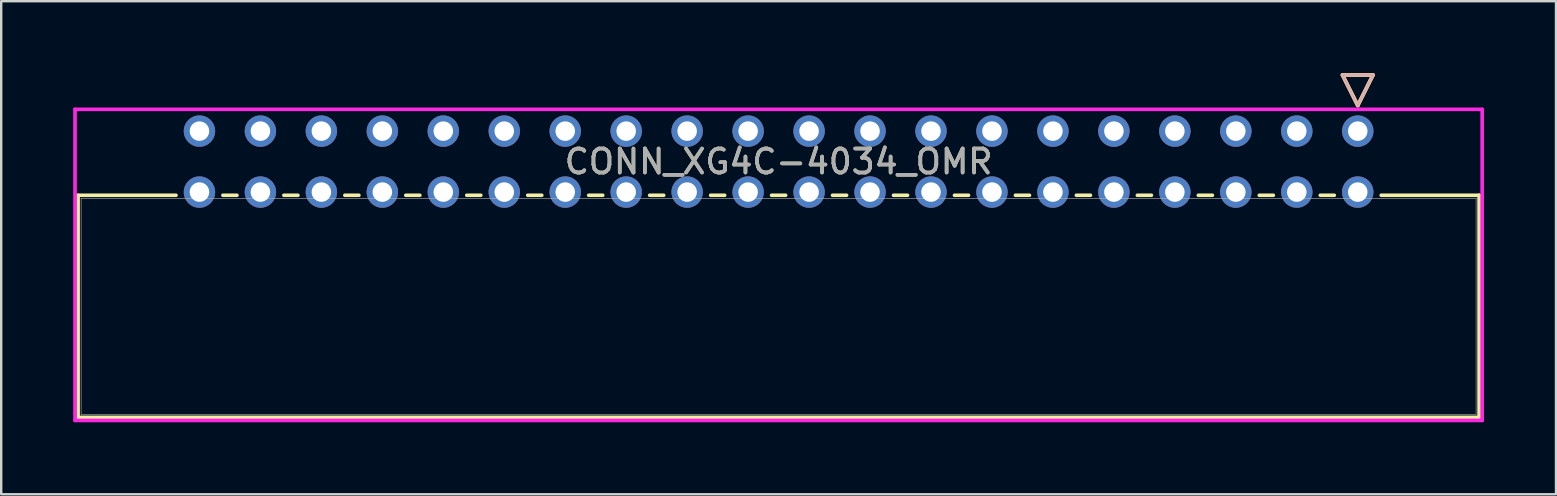
<source format=kicad_pcb>
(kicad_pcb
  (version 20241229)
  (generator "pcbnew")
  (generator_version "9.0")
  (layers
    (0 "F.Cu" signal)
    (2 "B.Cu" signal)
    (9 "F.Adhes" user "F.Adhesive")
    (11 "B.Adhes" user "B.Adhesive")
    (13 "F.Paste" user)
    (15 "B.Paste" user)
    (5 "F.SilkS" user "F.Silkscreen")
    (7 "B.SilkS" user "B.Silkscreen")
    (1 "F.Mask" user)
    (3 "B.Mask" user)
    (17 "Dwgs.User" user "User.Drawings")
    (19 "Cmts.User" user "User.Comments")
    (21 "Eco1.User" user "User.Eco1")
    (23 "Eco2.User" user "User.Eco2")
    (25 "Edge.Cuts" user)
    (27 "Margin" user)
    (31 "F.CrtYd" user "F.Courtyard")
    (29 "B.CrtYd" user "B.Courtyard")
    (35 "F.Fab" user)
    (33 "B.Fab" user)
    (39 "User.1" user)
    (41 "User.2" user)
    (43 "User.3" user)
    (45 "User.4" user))
  (footprint "CONN_XG4C-4034_OMR"
    (layer "F.Cu")
    (at 53.52 2.413)
    (property "Reference" "CONN_XG4C-4034_OMR" (at -24.13 1.27 0) (unlocked yes) (layer "F.SilkS") (effects (font (size 1 1) (thickness 0.15))))
    (attr through_hole)
    (fp_line (start -53.317 2.673) (end -53.317 11.927) (stroke (width 0.152) (type solid)) (layer "F.SilkS"))
    (fp_line (start -53.317 11.927) (end 5.057 11.927) (stroke (width 0.152) (type solid)) (layer "F.SilkS"))
    (fp_line (start -49.238 2.673) (end -53.317 2.673) (stroke (width 0.152) (type solid)) (layer "F.SilkS"))
    (fp_line (start -46.698 2.673) (end -47.282 2.673) (stroke (width 0.152) (type solid)) (layer "F.SilkS"))
    (fp_line (start -44.158 2.673) (end -44.742 2.673) (stroke (width 0.152) (type solid)) (layer "F.SilkS"))
    (fp_line (start -41.618 2.673) (end -42.202 2.673) (stroke (width 0.152) (type solid)) (layer "F.SilkS"))
    (fp_line (start -39.078 2.673) (end -39.662 2.673) (stroke (width 0.152) (type solid)) (layer "F.SilkS"))
    (fp_line (start -36.538 2.673) (end -37.122 2.673) (stroke (width 0.152) (type solid)) (layer "F.SilkS"))
    (fp_line (start -33.998 2.673) (end -34.582 2.673) (stroke (width 0.152) (type solid)) (layer "F.SilkS"))
    (fp_line (start -31.458 2.673) (end -32.042 2.673) (stroke (width 0.152) (type solid)) (layer "F.SilkS"))
    (fp_line (start -28.918 2.673) (end -29.502 2.673) (stroke (width 0.152) (type solid)) (layer "F.SilkS"))
    (fp_line (start -26.378 2.673) (end -26.962 2.673) (stroke (width 0.152) (type solid)) (layer "F.SilkS"))
    (fp_line (start -23.838 2.673) (end -24.422 2.673) (stroke (width 0.152) (type solid)) (layer "F.SilkS"))
    (fp_line (start -21.298 2.673) (end -21.882 2.673) (stroke (width 0.152) (type solid)) (layer "F.SilkS"))
    (fp_line (start -18.758 2.673) (end -19.342 2.673) (stroke (width 0.152) (type solid)) (layer "F.SilkS"))
    (fp_line (start -16.218 2.673) (end -16.802 2.673) (stroke (width 0.152) (type solid)) (layer "F.SilkS"))
    (fp_line (start -13.678 2.673) (end -14.262 2.673) (stroke (width 0.152) (type solid)) (layer "F.SilkS"))
    (fp_line (start -11.138 2.673) (end -11.722 2.673) (stroke (width 0.152) (type solid)) (layer "F.SilkS"))
    (fp_line (start -8.598 2.673) (end -9.182 2.673) (stroke (width 0.152) (type solid)) (layer "F.SilkS"))
    (fp_line (start -6.058 2.673) (end -6.642 2.673) (stroke (width 0.152) (type solid)) (layer "F.SilkS"))
    (fp_line (start -3.518 2.673) (end -4.102 2.673) (stroke (width 0.152) (type solid)) (layer "F.SilkS"))
    (fp_line (start -0.978 2.673) (end -1.562 2.673) (stroke (width 0.152) (type solid)) (layer "F.SilkS"))
    (fp_line (start -0.635 -2.337) (end 0 -1.067) (stroke (width 0.152) (type solid)) (layer "F.SilkS"))
    (fp_line (start -0.635 -2.337) (end 0.635 -2.337) (stroke (width 0.152) (type solid)) (layer "F.SilkS"))
    (fp_line (start 0.635 -2.337) (end 0 -1.067) (stroke (width 0.152) (type solid)) (layer "F.SilkS"))
    (fp_line (start 5.057 2.673) (end 0.978 2.673) (stroke (width 0.152) (type solid)) (layer "F.SilkS"))
    (fp_line (start 5.057 11.927) (end 5.057 2.673) (stroke (width 0.152) (type solid)) (layer "F.SilkS"))
    (fp_line (start -0.635 -2.337) (end 0 -1.067) (stroke (width 0.152) (type solid)) (layer "B.SilkS"))
    (fp_line (start -0.635 -2.337) (end 0.635 -2.337) (stroke (width 0.152) (type solid)) (layer "B.SilkS"))
    (fp_line (start 0.635 -2.337) (end 0 -1.067) (stroke (width 0.152) (type solid)) (layer "B.SilkS"))
    (fp_line (start -53.444 -0.908) (end -53.444 12.054) (stroke (width 0.152) (type solid)) (layer "F.CrtYd"))
    (fp_line (start -53.444 12.054) (end 5.184 12.054) (stroke (width 0.152) (type solid)) (layer "F.CrtYd"))
    (fp_line (start 5.184 -0.908) (end -53.444 -0.908) (stroke (width 0.152) (type solid)) (layer "F.CrtYd"))
    (fp_line (start 5.184 12.054) (end 5.184 -0.908) (stroke (width 0.152) (type solid)) (layer "F.CrtYd"))
    (fp_line (start -53.19 2.8) (end -53.19 11.8) (stroke (width 0.025) (type solid)) (layer "F.Fab"))
    (fp_line (start -53.19 11.8) (end 4.93 11.8) (stroke (width 0.025) (type solid)) (layer "F.Fab"))
    (fp_line (start -0.635 -2.337) (end 0 -1.067) (stroke (width 0.025) (type solid)) (layer "F.Fab"))
    (fp_line (start -0.635 -2.337) (end 0.635 -2.337) (stroke (width 0.025) (type solid)) (layer "F.Fab"))
    (fp_line (start 0.635 -2.337) (end 0 -1.067) (stroke (width 0.025) (type solid)) (layer "F.Fab"))
    (fp_line (start 4.93 2.8) (end -53.19 2.8) (stroke (width 0.025) (type solid)) (layer "F.Fab"))
    (fp_line (start 4.93 11.8) (end 4.93 2.8) (stroke (width 0.025) (type solid)) (layer "F.Fab"))
    (fp_text user "${REFERENCE}" (at -24.13 1.27 0) (unlocked yes) (layer "F.Fab") (effects (font (size 1 1) (thickness 0.15))))
    (pad "1" thru_hole circle (at 0 0) (size 1.308 1.308) (drill 0.813) (layers "*.Cu" "*.Mask"))
    (pad "2" thru_hole circle (at 0 2.54) (size 1.308 1.308) (drill 0.813) (layers "*.Cu" "*.Mask"))
    (pad "3" thru_hole circle (at -2.54 0) (size 1.308 1.308) (drill 0.813) (layers "*.Cu" "*.Mask"))
    (pad "4" thru_hole circle (at -2.54 2.54) (size 1.308 1.308) (drill 0.813) (layers "*.Cu" "*.Mask"))
    (pad "5" thru_hole circle (at -5.08 0) (size 1.308 1.308) (drill 0.813) (layers "*.Cu" "*.Mask"))
    (pad "6" thru_hole circle (at -5.08 2.54) (size 1.308 1.308) (drill 0.813) (layers "*.Cu" "*.Mask"))
    (pad "7" thru_hole circle (at -7.62 0) (size 1.308 1.308) (drill 0.813) (layers "*.Cu" "*.Mask"))
    (pad "8" thru_hole circle (at -7.62 2.54) (size 1.308 1.308) (drill 0.813) (layers "*.Cu" "*.Mask"))
    (pad "9" thru_hole circle (at -10.16 0) (size 1.308 1.308) (drill 0.813) (layers "*.Cu" "*.Mask"))
    (pad "10" thru_hole circle (at -10.16 2.54) (size 1.308 1.308) (drill 0.813) (layers "*.Cu" "*.Mask"))
    (pad "11" thru_hole circle (at -12.7 0) (size 1.308 1.308) (drill 0.813) (layers "*.Cu" "*.Mask"))
    (pad "12" thru_hole circle (at -12.7 2.54) (size 1.308 1.308) (drill 0.813) (layers "*.Cu" "*.Mask"))
    (pad "13" thru_hole circle (at -15.24 0) (size 1.308 1.308) (drill 0.813) (layers "*.Cu" "*.Mask"))
    (pad "14" thru_hole circle (at -15.24 2.54) (size 1.308 1.308) (drill 0.813) (layers "*.Cu" "*.Mask"))
    (pad "15" thru_hole circle (at -17.78 0) (size 1.308 1.308) (drill 0.813) (layers "*.Cu" "*.Mask"))
    (pad "16" thru_hole circle (at -17.78 2.54) (size 1.308 1.308) (drill 0.813) (layers "*.Cu" "*.Mask"))
    (pad "17" thru_hole circle (at -20.32 0) (size 1.308 1.308) (drill 0.813) (layers "*.Cu" "*.Mask"))
    (pad "18" thru_hole circle (at -20.32 2.54) (size 1.308 1.308) (drill 0.813) (layers "*.Cu" "*.Mask"))
    (pad "19" thru_hole circle (at -22.86 0) (size 1.308 1.308) (drill 0.813) (layers "*.Cu" "*.Mask"))
    (pad "20" thru_hole circle (at -22.86 2.54) (size 1.308 1.308) (drill 0.813) (layers "*.Cu" "*.Mask"))
    (pad "21" thru_hole circle (at -25.4 0) (size 1.308 1.308) (drill 0.813) (layers "*.Cu" "*.Mask"))
    (pad "22" thru_hole circle (at -25.4 2.54) (size 1.308 1.308) (drill 0.813) (layers "*.Cu" "*.Mask"))
    (pad "23" thru_hole circle (at -27.94 0) (size 1.308 1.308) (drill 0.813) (layers "*.Cu" "*.Mask"))
    (pad "24" thru_hole circle (at -27.94 2.54) (size 1.308 1.308) (drill 0.813) (layers "*.Cu" "*.Mask"))
    (pad "25" thru_hole circle (at -30.48 0) (size 1.308 1.308) (drill 0.813) (layers "*.Cu" "*.Mask"))
    (pad "26" thru_hole circle (at -30.48 2.54) (size 1.308 1.308) (drill 0.813) (layers "*.Cu" "*.Mask"))
    (pad "27" thru_hole circle (at -33.02 0) (size 1.308 1.308) (drill 0.813) (layers "*.Cu" "*.Mask"))
    (pad "28" thru_hole circle (at -33.02 2.54) (size 1.308 1.308) (drill 0.813) (layers "*.Cu" "*.Mask"))
    (pad "29" thru_hole circle (at -35.56 0) (size 1.308 1.308) (drill 0.813) (layers "*.Cu" "*.Mask"))
    (pad "30" thru_hole circle (at -35.56 2.54) (size 1.308 1.308) (drill 0.813) (layers "*.Cu" "*.Mask"))
    (pad "31" thru_hole circle (at -38.1 0) (size 1.308 1.308) (drill 0.813) (layers "*.Cu" "*.Mask"))
    (pad "32" thru_hole circle (at -38.1 2.54) (size 1.308 1.308) (drill 0.813) (layers "*.Cu" "*.Mask"))
    (pad "33" thru_hole circle (at -40.64 0) (size 1.308 1.308) (drill 0.813) (layers "*.Cu" "*.Mask"))
    (pad "34" thru_hole circle (at -40.64 2.54) (size 1.308 1.308) (drill 0.813) (layers "*.Cu" "*.Mask"))
    (pad "35" thru_hole circle (at -43.18 0) (size 1.308 1.308) (drill 0.813) (layers "*.Cu" "*.Mask"))
    (pad "36" thru_hole circle (at -43.18 2.54) (size 1.308 1.308) (drill 0.813) (layers "*.Cu" "*.Mask"))
    (pad "37" thru_hole circle (at -45.72 0) (size 1.308 1.308) (drill 0.813) (layers "*.Cu" "*.Mask"))
    (pad "38" thru_hole circle (at -45.72 2.54) (size 1.308 1.308) (drill 0.813) (layers "*.Cu" "*.Mask"))
    (pad "39" thru_hole circle (at -48.26 0) (size 1.308 1.308) (drill 0.813) (layers "*.Cu" "*.Mask"))
    (pad "40" thru_hole circle (at -48.26 2.54) (size 1.308 1.308) (drill 0.813) (layers "*.Cu" "*.Mask")))
  (gr_rect
    (start -3 -3)
    (end 61.78 17.543)
    (stroke (width 0.1) (type default))
    (fill no)
    (layer "Edge.Cuts")))
</source>
